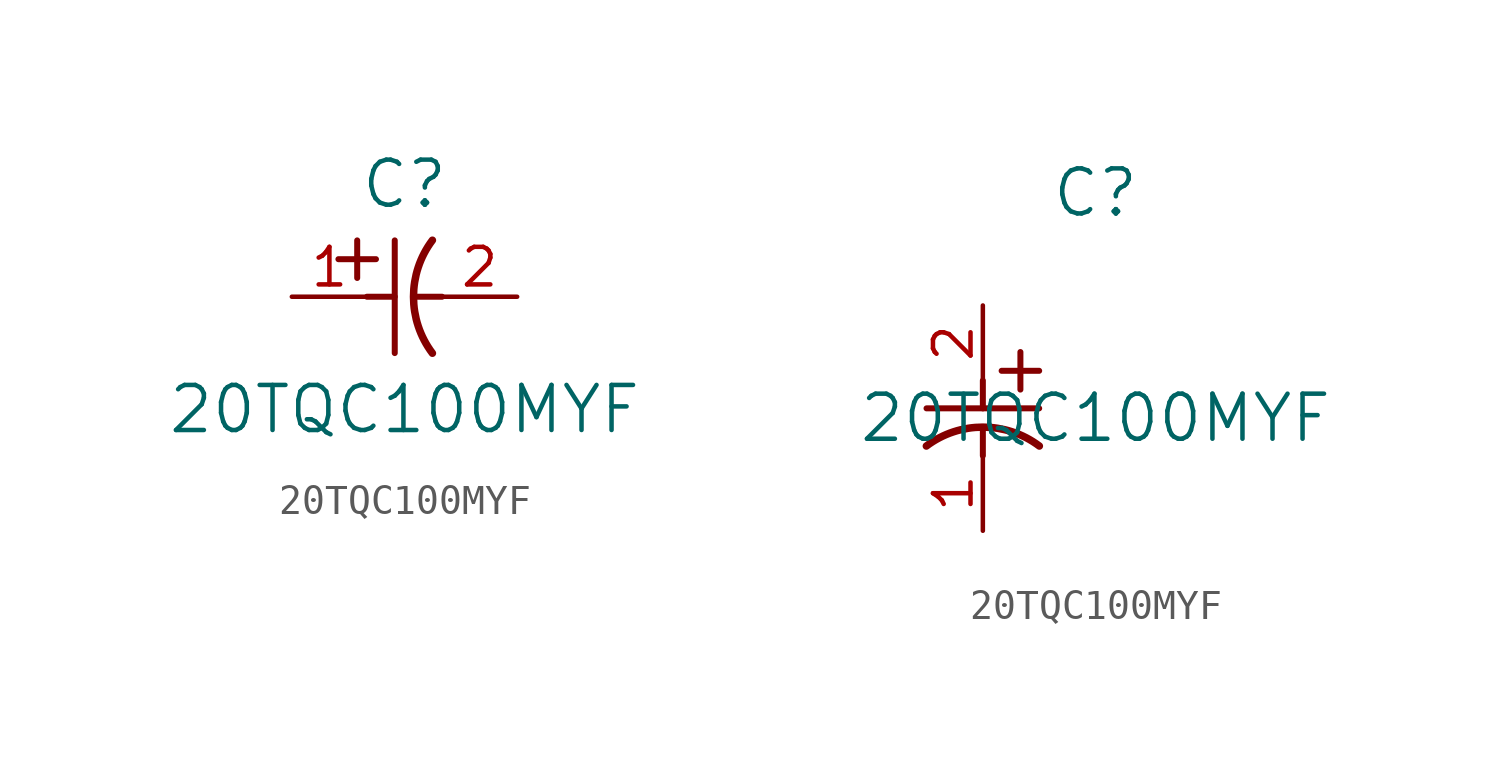
<source format=kicad_sym>
(kicad_symbol_lib
  (version 20211014)
  (generator kicad_symbol_editor)
  (symbol "20TQC100MYF"
    (pin_names
      (offset 0.254))
    (property "Reference" "C"
      (at 3.81 3.81 0)
      (effects (font (size 1.524 1.524))))
    (property "Value" "20TQC100MYF"
      (at 3.81 -3.81 0)
      (effects (font (size 1.524 1.524))))
    (symbol "20TQC100MYF_1_1"
      (polyline (pts (xy 2.21 0.635) (xy 2.21 1.905)) (stroke (width 0.203) (type default) (color 0 0 0 0)) (fill (type none)))
      (arc (start 4.754132 1.910763) (mid 4.1148 0) (end 4.754132 -1.910763) (stroke (width 0.254) (type default) (color 0 0 0 0)) (fill (type none)))
      (polyline (pts (xy 4.115 0) (xy 5.08 0)) (stroke (width 0.203) (type default) (color 0 0 0 0)) (fill (type none)))
      (polyline (pts (xy 3.48 -1.905) (xy 3.48 1.905)) (stroke (width 0.203) (type default) (color 0 0 0 0)) (fill (type none)))
      (polyline (pts (xy 1.575 1.27) (xy 2.845 1.27)) (stroke (width 0.203) (type default) (color 0 0 0 0)) (fill (type none)))
      (polyline (pts (xy 2.54 0) (xy 3.48 0)) (stroke (width 0.203) (type default) (color 0 0 0 0)) (fill (type none)))
      (pin unspecified line (at 0 0 0) (length 2.54) (name "" (effects (font (size 1.27 1.27)))) (number "1" (effects (font (size 1.27 1.27)))))
      (pin unspecified line (at 7.62 0 180) (length 2.54) (name "" (effects (font (size 1.27 1.27)))) (number "2" (effects (font (size 1.27 1.27))))))
    (symbol "20TQC100MYF_1_2"
      (polyline (pts (xy 0 -2.54) (xy 0 -3.48)) (stroke (width 0.203) (type default) (color 0 0 0 0)) (fill (type none)))
      (arc (start 1.910763 -4.754132) (mid 0 -4.1148) (end -1.910763 -4.754132) (stroke (width 0.254) (type default) (color 0 0 0 0)) (fill (type none)))
      (polyline (pts (xy -1.905 -3.48) (xy 1.905 -3.48)) (stroke (width 0.203) (type default) (color 0 0 0 0)) (fill (type none)))
      (polyline (pts (xy 0.635 -2.21) (xy 1.905 -2.21)) (stroke (width 0.203) (type default) (color 0 0 0 0)) (fill (type none)))
      (polyline (pts (xy 1.27 -1.575) (xy 1.27 -2.845)) (stroke (width 0.203) (type default) (color 0 0 0 0)) (fill (type none)))
      (polyline (pts (xy 0 -4.115) (xy 0 -5.08)) (stroke (width 0.203) (type default) (color 0 0 0 0)) (fill (type none)))
      (pin unspecified line (at 0 -7.62 90) (length 2.54) (name "" (effects (font (size 1.27 1.27)))) (number "1" (effects (font (size 1.27 1.27)))))
      (pin unspecified line (at 0 0 270) (length 2.54) (name "" (effects (font (size 1.27 1.27)))) (number "2" (effects (font (size 1.27 1.27))))))))
</source>
